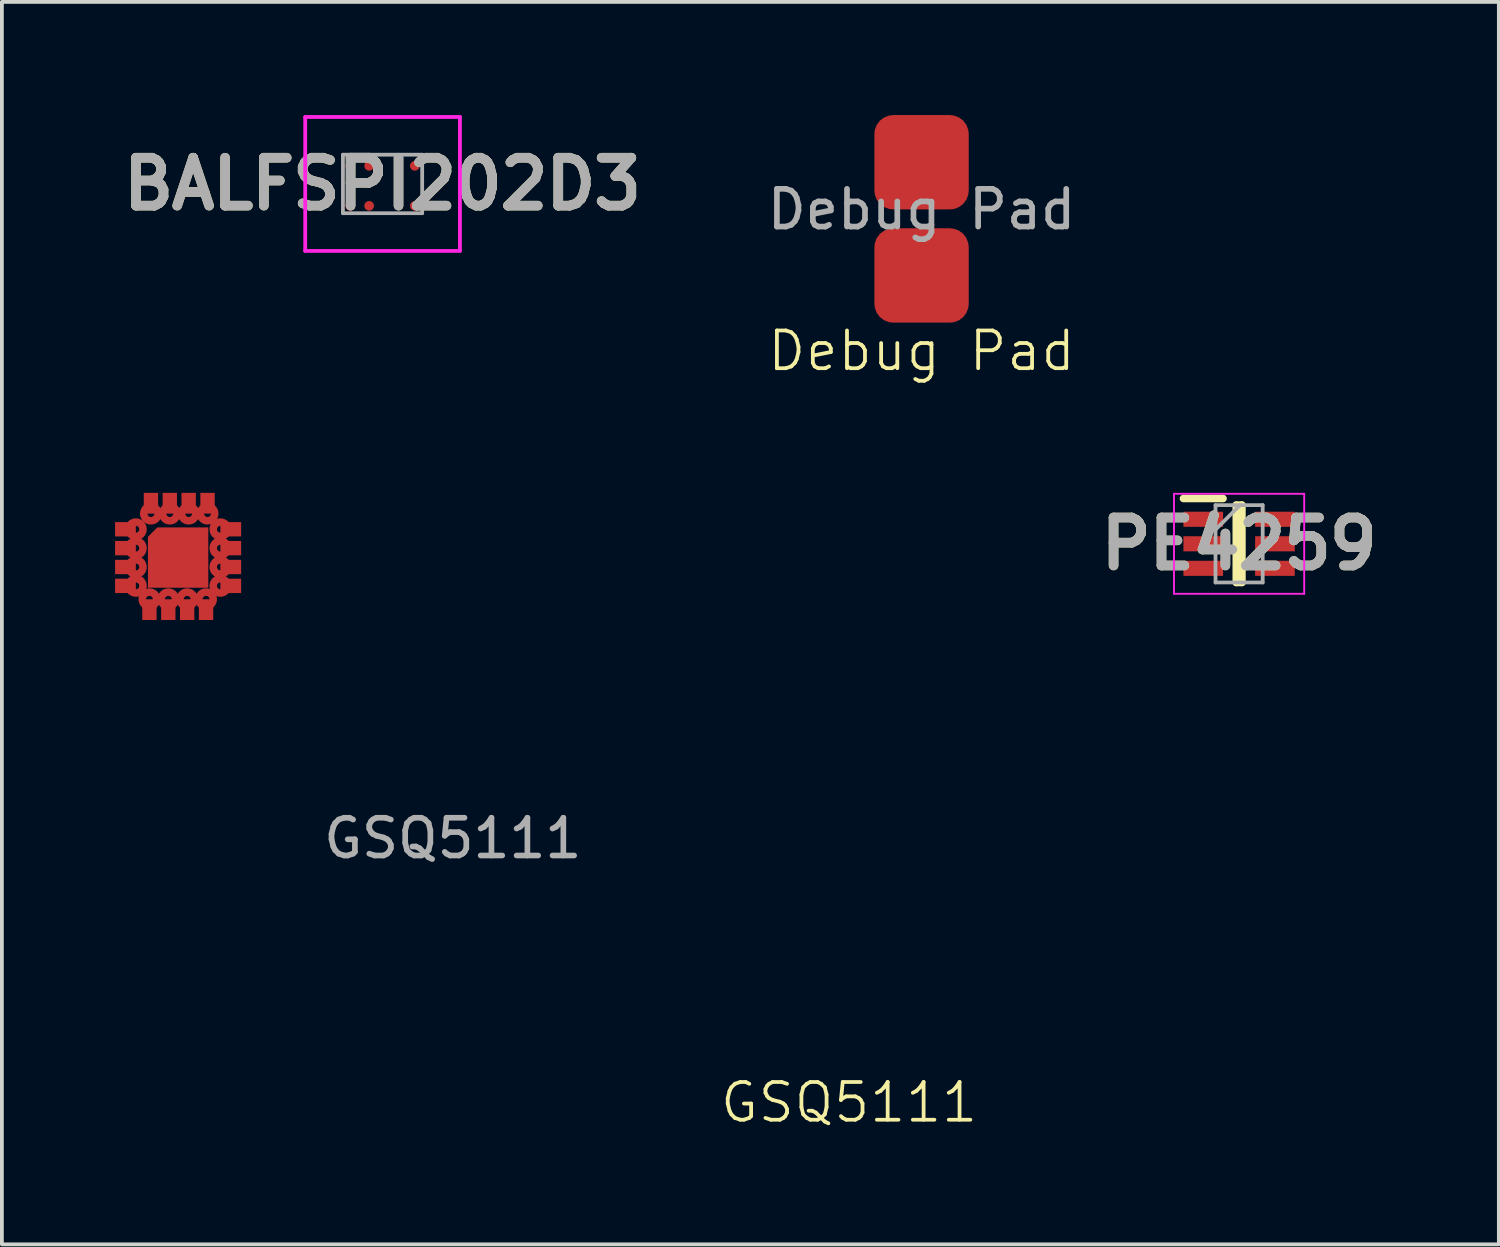
<source format=kicad_pcb>
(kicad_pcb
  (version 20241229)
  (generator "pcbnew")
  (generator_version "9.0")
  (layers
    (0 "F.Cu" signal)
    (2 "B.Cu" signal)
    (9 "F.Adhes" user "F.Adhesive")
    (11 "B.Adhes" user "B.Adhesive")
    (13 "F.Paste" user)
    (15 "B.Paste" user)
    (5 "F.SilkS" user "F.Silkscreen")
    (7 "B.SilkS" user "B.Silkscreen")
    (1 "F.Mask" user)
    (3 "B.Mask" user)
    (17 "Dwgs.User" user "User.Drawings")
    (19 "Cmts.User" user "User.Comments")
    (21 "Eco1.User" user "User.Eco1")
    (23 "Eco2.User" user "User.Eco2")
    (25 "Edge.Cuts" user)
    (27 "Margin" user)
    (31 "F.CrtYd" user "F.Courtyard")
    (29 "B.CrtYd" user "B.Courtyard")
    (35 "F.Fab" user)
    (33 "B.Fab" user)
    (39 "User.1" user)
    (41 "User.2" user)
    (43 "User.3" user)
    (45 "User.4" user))
  (footprint "BALFSPI202D3"
    (layer "F.Cu")
    (at 7.088 1.825)
    (property "Reference" "BALFSPI202D3" (at 0 0 0) (layer "F.SilkS") (effects (font (size 1.27 1.27) (thickness 0.254))))
    (attr smd)
    (fp_line (start -1.7 0.58) (end -1.7 0.58) (stroke (width 0.1) (type solid)) (layer "F.SilkS"))
    (fp_line (start -1.6 0.58) (end -1.6 0.58) (stroke (width 0.1) (type solid)) (layer "F.SilkS"))
    (fp_arc (start -1.7 0.58) (mid -1.65 0.53) (end -1.6 0.58) (stroke (width 0.1) (type solid)) (layer "F.SilkS"))
    (fp_arc (start -1.6 0.58) (mid -1.65 0.63) (end -1.7 0.58) (stroke (width 0.1) (type solid)) (layer "F.SilkS"))
    (fp_line (start -2.05 -1.775) (end 2.05 -1.775) (stroke (width 0.1) (type solid)) (layer "F.CrtYd"))
    (fp_line (start -2.05 1.775) (end -2.05 -1.775) (stroke (width 0.1) (type solid)) (layer "F.CrtYd"))
    (fp_line (start 2.05 -1.775) (end 2.05 1.775) (stroke (width 0.1) (type solid)) (layer "F.CrtYd"))
    (fp_line (start 2.05 1.775) (end -2.05 1.775) (stroke (width 0.1) (type solid)) (layer "F.CrtYd"))
    (fp_line (start -1.05 -0.775) (end -1.05 0.775) (stroke (width 0.1) (type solid)) (layer "F.Fab"))
    (fp_line (start -1.05 0.775) (end 1.05 0.775) (stroke (width 0.1) (type solid)) (layer "F.Fab"))
    (fp_line (start 1.05 -0.775) (end -1.05 -0.775) (stroke (width 0.1) (type solid)) (layer "F.Fab"))
    (fp_line (start 1.05 0.775) (end 1.05 -0.775) (stroke (width 0.1) (type solid)) (layer "F.Fab"))
    (fp_text user "${REFERENCE}" (at 0 0 0) (layer "F.Fab") (effects (font (size 1.27 1.27) (thickness 0.254))))
    (pad "1" smd circle (at -0.855 0.58 90) (size 0.255 0.255) (layers "F.Cu" "F.Mask" "F.Paste"))
    (pad "2" smd circle (at -0.355 0.58 90) (size 0.255 0.255) (layers "F.Cu" "F.Mask" "F.Paste"))
    (pad "3" smd circle (at 0.855 0.58 90) (size 0.255 0.255) (layers "F.Cu" "F.Mask" "F.Paste"))
    (pad "4" smd circle (at -0.855 -0.48 90) (size 0.255 0.255) (layers "F.Cu" "F.Mask" "F.Paste"))
    (pad "5" smd circle (at -0.355 -0.48 90) (size 0.255 0.255) (layers "F.Cu" "F.Mask" "F.Paste"))
    (pad "6" smd circle (at 0.855 -0.48 90) (size 0.255 0.255) (layers "F.Cu" "F.Mask" "F.Paste")))
  (footprint "GSQ5111"
    (layer "F.Cu")
    (at 8.95 16.666)
    (property "Reference" "GSQ5111" (at 10.5 9.5 0) (unlocked yes) (layer "F.SilkS") (effects (font (size 1 1) (thickness 0.1))))
    (attr smd)
    (fp_circle (center -8.4 -5.69) (end -8.4 -5.6) (stroke (width 0.2) (type solid)) (fill no) (layers "F.Cu" "F.Mask"))
    (fp_circle (center -8.4 -5.19) (end -8.4 -5.1) (stroke (width 0.2) (type solid)) (fill no) (layers "F.Cu" "F.Mask"))
    (fp_circle (center -8.4 -4.69) (end -8.4 -4.6) (stroke (width 0.2) (type solid)) (fill no) (layers "F.Cu" "F.Mask"))
    (fp_circle (center -8.4 -4.19) (end -8.4 -4.1) (stroke (width 0.2) (type solid)) (fill no) (layers "F.Cu" "F.Mask"))
    (fp_circle (center -8.04 -3.835) (end -7.95 -3.835) (stroke (width 0.2) (type solid)) (fill no) (layers "F.Cu" "F.Mask"))
    (fp_circle (center -8 -6.105) (end -8.09 -6.105) (stroke (width 0.2) (type solid)) (fill no) (layers "F.Cu" "F.Mask"))
    (fp_circle (center -7.54 -3.835) (end -7.45 -3.835) (stroke (width 0.2) (type solid)) (fill no) (layers "F.Cu" "F.Mask"))
    (fp_circle (center -7.5 -6.105) (end -7.59 -6.105) (stroke (width 0.2) (type solid)) (fill no) (layers "F.Cu" "F.Mask"))
    (fp_circle (center -7.04 -3.835) (end -6.95 -3.835) (stroke (width 0.2) (type solid)) (fill no) (layers "F.Cu" "F.Mask"))
    (fp_circle (center -7 -6.105) (end -7.09 -6.105) (stroke (width 0.2) (type solid)) (fill no) (layers "F.Cu" "F.Mask"))
    (fp_circle (center -6.54 -3.835) (end -6.45 -3.835) (stroke (width 0.2) (type solid)) (fill no) (layers "F.Cu" "F.Mask"))
    (fp_circle (center -6.5 -6.105) (end -6.59 -6.105) (stroke (width 0.2) (type solid)) (fill no) (layers "F.Cu" "F.Mask"))
    (fp_circle (center -6.16 -5.69) (end -6.16 -5.78) (stroke (width 0.2) (type solid)) (fill no) (layers "F.Cu" "F.Mask"))
    (fp_circle (center -6.16 -5.19) (end -6.16 -5.28) (stroke (width 0.2) (type solid)) (fill no) (layers "F.Cu" "F.Mask"))
    (fp_circle (center -6.16 -4.69) (end -6.16 -4.78) (stroke (width 0.2) (type solid)) (fill no) (layers "F.Cu" "F.Mask"))
    (fp_circle (center -6.16 -4.19) (end -6.16 -4.28) (stroke (width 0.2) (type solid)) (fill no) (layers "F.Cu" "F.Mask"))
    (fp_circle (center -8.4 -5.69) (end -8.27 -5.7) (stroke (width 0.1) (type solid)) (fill yes) (layer "F.Paste"))
    (fp_circle (center -8.4 -5.19) (end -8.27 -5.2) (stroke (width 0.1) (type solid)) (fill yes) (layer "F.Paste"))
    (fp_circle (center -8.4 -4.69) (end -8.27 -4.7) (stroke (width 0.1) (type solid)) (fill yes) (layer "F.Paste"))
    (fp_circle (center -8.4 -4.19) (end -8.27 -4.2) (stroke (width 0.1) (type solid)) (fill yes) (layer "F.Paste"))
    (fp_circle (center -8.04 -3.835) (end -7.91 -3.845) (stroke (width 0.1) (type solid)) (fill yes) (layer "F.Paste"))
    (fp_circle (center -8 -6.105) (end -7.87 -6.115) (stroke (width 0.1) (type solid)) (fill yes) (layer "F.Paste"))
    (fp_circle (center -7.54 -3.835) (end -7.41 -3.845) (stroke (width 0.1) (type solid)) (fill yes) (layer "F.Paste"))
    (fp_circle (center -7.5 -6.105) (end -7.37 -6.115) (stroke (width 0.1) (type solid)) (fill yes) (layer "F.Paste"))
    (fp_circle (center -7.04 -3.835) (end -6.91 -3.845) (stroke (width 0.1) (type solid)) (fill yes) (layer "F.Paste"))
    (fp_circle (center -7 -6.105) (end -6.87 -6.115) (stroke (width 0.1) (type solid)) (fill yes) (layer "F.Paste"))
    (fp_circle (center -6.54 -3.835) (end -6.41 -3.845) (stroke (width 0.1) (type solid)) (fill yes) (layer "F.Paste"))
    (fp_circle (center -6.5 -6.105) (end -6.37 -6.115) (stroke (width 0.1) (type solid)) (fill yes) (layer "F.Paste"))
    (fp_circle (center -6.16 -5.69) (end -6.03 -5.7) (stroke (width 0.1) (type solid)) (fill yes) (layer "F.Paste"))
    (fp_circle (center -6.16 -5.19) (end -6.03 -5.2) (stroke (width 0.1) (type solid)) (fill yes) (layer "F.Paste"))
    (fp_circle (center -6.16 -4.69) (end -6.03 -4.7) (stroke (width 0.1) (type solid)) (fill yes) (layer "F.Paste"))
    (fp_circle (center -6.16 -4.19) (end -6.03 -4.2) (stroke (width 0.1) (type solid)) (fill yes) (layer "F.Paste"))
    (fp_text user "${REFERENCE}" (at 0 2.5 0) (unlocked yes) (layer "F.Fab") (effects (font (size 1 1) (thickness 0.15))))
    (pad "1" smd rect (at -8.675 -5.69 270) (size 0.38 0.55) (layers "F.Cu" "F.Mask" "F.Paste"))
    (pad "2" smd rect (at -8.675 -5.19 270) (size 0.38 0.55) (layers "F.Cu" "F.Mask" "F.Paste"))
    (pad "3" smd rect (at -8.675 -4.69 270) (size 0.38 0.55) (layers "F.Cu" "F.Mask" "F.Paste"))
    (pad "4" smd rect (at -8.675 -4.19 270) (size 0.38 0.55) (layers "F.Cu" "F.Mask" "F.Paste"))
    (pad "5" smd rect (at -8.04 -3.56) (size 0.38 0.55) (layers "F.Cu" "F.Mask" "F.Paste"))
    (pad "6" smd rect (at -7.54 -3.56) (size 0.38 0.55) (layers "F.Cu" "F.Mask" "F.Paste"))
    (pad "7" smd rect (at -7.04 -3.56) (size 0.38 0.55) (layers "F.Cu" "F.Mask" "F.Paste"))
    (pad "8" smd rect (at -6.54 -3.56) (size 0.38 0.55) (layers "F.Cu" "F.Mask" "F.Paste"))
    (pad "9" smd rect (at -5.885 -4.19 90) (size 0.38 0.55) (layers "F.Cu" "F.Mask" "F.Paste"))
    (pad "10" smd rect (at -5.885 -4.69 90) (size 0.38 0.55) (layers "F.Cu" "F.Mask" "F.Paste"))
    (pad "11" smd rect (at -5.885 -5.19 90) (size 0.38 0.55) (layers "F.Cu" "F.Mask" "F.Paste"))
    (pad "12" smd rect (at -5.885 -5.69 90) (size 0.38 0.55) (layers "F.Cu" "F.Mask" "F.Paste"))
    (pad "13" smd rect (at -6.5 -6.38 180) (size 0.38 0.55) (layers "F.Cu" "F.Mask" "F.Paste"))
    (pad "14" smd rect (at -7 -6.38 180) (size 0.38 0.55) (layers "F.Cu" "F.Mask" "F.Paste"))
    (pad "15" smd rect (at -7.5 -6.38 180) (size 0.38 0.55) (layers "F.Cu" "F.Mask" "F.Paste"))
    (pad "16" smd rect (at -8 -6.38 180) (size 0.38 0.55) (layers "F.Cu" "F.Mask" "F.Paste"))
    (pad "17" smd roundrect (at -7.28 -4.94) (size 1.6 1.6) (layers "F.Cu" "F.Mask" "F.Paste") (roundrect_rratio 0) (chamfer_ratio 0.156) (chamfer top_left)))
  (footprint "PE4259"
    (layer "F.Cu")
    (at 29.787 11.361)
    (property "Reference" "PE4259" (at 0 0 0) (layer "F.SilkS") (effects (font (size 1.27 1.27) (thickness 0.254))))
    (attr smd)
    (fp_line (start -1.475 -1.2) (end -0.425 -1.2) (stroke (width 0.2) (type solid)) (layer "F.SilkS"))
    (fp_line (start -0.075 -1.025) (end 0.075 -1.025) (stroke (width 0.2) (type solid)) (layer "F.SilkS"))
    (fp_line (start -0.075 1.025) (end -0.075 -1.025) (stroke (width 0.2) (type solid)) (layer "F.SilkS"))
    (fp_line (start 0.075 -1.025) (end 0.075 1.025) (stroke (width 0.2) (type solid)) (layer "F.SilkS"))
    (fp_line (start 0.075 1.025) (end -0.075 1.025) (stroke (width 0.2) (type solid)) (layer "F.SilkS"))
    (fp_line (start -1.725 -1.325) (end 1.725 -1.325) (stroke (width 0.05) (type solid)) (layer "F.CrtYd"))
    (fp_line (start -1.725 1.325) (end -1.725 -1.325) (stroke (width 0.05) (type solid)) (layer "F.CrtYd"))
    (fp_line (start 1.725 -1.325) (end 1.725 1.325) (stroke (width 0.05) (type solid)) (layer "F.CrtYd"))
    (fp_line (start 1.725 1.325) (end -1.725 1.325) (stroke (width 0.05) (type solid)) (layer "F.CrtYd"))
    (fp_line (start -0.625 -1.025) (end 0.625 -1.025) (stroke (width 0.1) (type solid)) (layer "F.Fab"))
    (fp_line (start -0.625 -0.375) (end 0.025 -1.025) (stroke (width 0.1) (type solid)) (layer "F.Fab"))
    (fp_line (start -0.625 1.025) (end -0.625 -1.025) (stroke (width 0.1) (type solid)) (layer "F.Fab"))
    (fp_line (start 0.625 -1.025) (end 0.625 1.025) (stroke (width 0.1) (type solid)) (layer "F.Fab"))
    (fp_line (start 0.625 1.025) (end -0.625 1.025) (stroke (width 0.1) (type solid)) (layer "F.Fab"))
    (fp_text user "${REFERENCE}" (at 0 0 0) (layer "F.Fab") (effects (font (size 1.27 1.27) (thickness 0.254))))
    (pad "1" smd rect (at -0.95 -0.65 90) (size 0.4 1.05) (layers "F.Cu" "F.Mask" "F.Paste"))
    (pad "2" smd rect (at -0.95 0 90) (size 0.4 1.05) (layers "F.Cu" "F.Mask" "F.Paste"))
    (pad "3" smd rect (at -0.95 0.65 90) (size 0.4 1.05) (layers "F.Cu" "F.Mask" "F.Paste"))
    (pad "4" smd rect (at 0.95 0.65 90) (size 0.4 1.05) (layers "F.Cu" "F.Mask" "F.Paste"))
    (pad "5" smd rect (at 0.95 0 90) (size 0.4 1.05) (layers "F.Cu" "F.Mask" "F.Paste"))
    (pad "6" smd rect (at 0.95 -0.65 90) (size 0.4 1.05) (layers "F.Cu" "F.Mask" "F.Paste")))
  (footprint "Debug Pad"
    (layer "F.Cu")
    (at 21.372 2.75)
    (property "Reference" "Debug Pad" (at 0 3.5 0) (unlocked yes) (layer "F.SilkS") (effects (font (size 1 1) (thickness 0.1))))
    (attr smd)
    (fp_text user "${REFERENCE}" (at 0 -0.25 0) (unlocked yes) (layer "F.Fab") (effects (font (size 1 1) (thickness 0.15))))
    (pad "1" smd roundrect (at 0 -1.5) (size 2.5 2.5) (layers "F.Cu" "F.Mask" "F.Paste") (roundrect_rratio 0.2))
    (pad "2" smd roundrect (at 0 1.5) (size 2.5 2.5) (layers "F.Cu" "F.Mask" "F.Paste") (roundrect_rratio 0.2)))
  (gr_rect
    (start -3 -3)
    (end 36.67 29.926)
    (stroke (width 0.1) (type default))
    (fill no)
    (layer "Edge.Cuts")))
</source>
